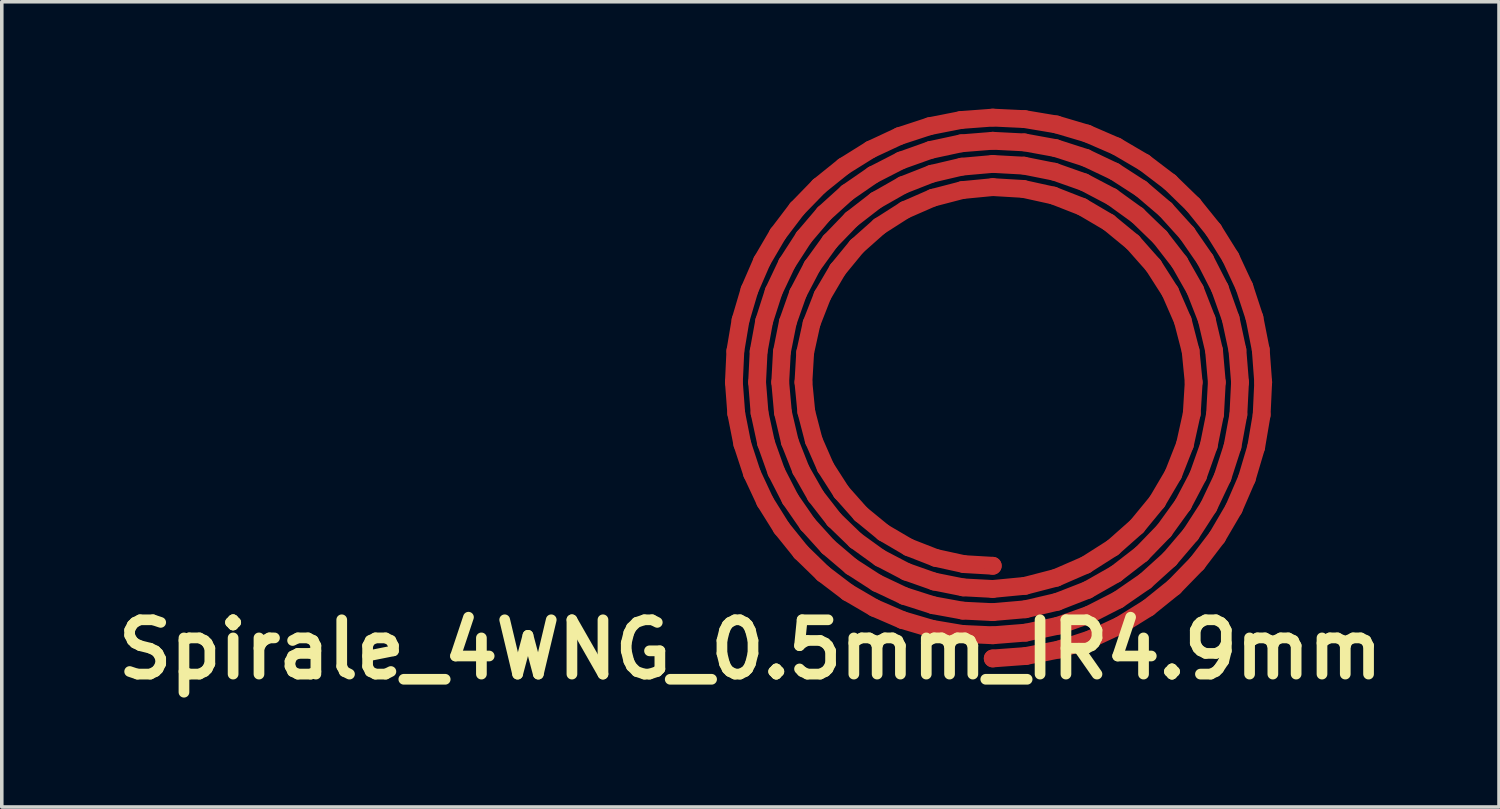
<source format=kicad_pcb>
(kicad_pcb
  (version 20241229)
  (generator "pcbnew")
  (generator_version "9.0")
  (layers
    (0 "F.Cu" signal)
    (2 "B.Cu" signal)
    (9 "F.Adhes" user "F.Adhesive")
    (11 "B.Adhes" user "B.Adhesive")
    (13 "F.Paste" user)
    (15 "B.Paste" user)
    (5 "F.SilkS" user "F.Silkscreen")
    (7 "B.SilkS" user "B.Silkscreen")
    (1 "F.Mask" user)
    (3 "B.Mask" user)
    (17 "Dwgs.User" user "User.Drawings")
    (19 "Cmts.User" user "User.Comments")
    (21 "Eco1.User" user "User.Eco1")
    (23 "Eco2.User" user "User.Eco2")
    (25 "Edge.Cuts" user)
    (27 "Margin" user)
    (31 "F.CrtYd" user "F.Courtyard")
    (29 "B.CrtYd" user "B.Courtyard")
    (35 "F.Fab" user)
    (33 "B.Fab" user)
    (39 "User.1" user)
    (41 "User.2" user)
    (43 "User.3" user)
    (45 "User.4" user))
  (footprint "Spirale_4WNG_0.5mm_IR4.9mm"
    (layer "F.Cu")
    (at 24.805 7.675)
    (property "Reference" "Spirale_4WNG_0.5mm_IR4.9mm" (at -6.8 7.5 0) (layer "F.SilkS") (effects (font (size 1.524 1.524) (thickness 0.3))))
    (attr through_hole)
    (fp_line (start -7.263 0) (end -7.222 -0.877) (stroke (width 0.5) (type solid)) (layer "F.Cu"))
    (fp_line (start -7.222 -0.877) (end -7.076 -1.744) (stroke (width 0.5) (type solid)) (layer "F.Cu"))
    (fp_line (start -7.197 0.874) (end -7.263 0) (stroke (width 0.5) (type solid)) (layer "F.Cu"))
    (fp_line (start -7.076 -1.744) (end -6.826 -2.589) (stroke (width 0.5) (type solid)) (layer "F.Cu"))
    (fp_line (start -7.027 1.732) (end -7.197 0.874) (stroke (width 0.5) (type solid)) (layer "F.Cu"))
    (fp_line (start -6.826 -2.589) (end -6.475 -3.398) (stroke (width 0.5) (type solid)) (layer "F.Cu"))
    (fp_line (start -6.755 2.562) (end -7.027 1.732) (stroke (width 0.5) (type solid)) (layer "F.Cu"))
    (fp_line (start -6.612 0) (end -6.569 -0.865) (stroke (width 0.5) (type solid)) (layer "F.Cu"))
    (fp_line (start -6.569 -0.865) (end -6.413 -1.718) (stroke (width 0.5) (type solid)) (layer "F.Cu"))
    (fp_line (start -6.543 0.861) (end -6.612 0) (stroke (width 0.5) (type solid)) (layer "F.Cu"))
    (fp_line (start -6.475 -3.398) (end -6.028 -4.161) (stroke (width 0.5) (type solid)) (layer "F.Cu"))
    (fp_line (start -6.413 -1.718) (end -6.147 -2.546) (stroke (width 0.5) (type solid)) (layer "F.Cu"))
    (fp_line (start -6.386 3.352) (end -6.755 2.562) (stroke (width 0.5) (type solid)) (layer "F.Cu"))
    (fp_line (start -6.361 1.704) (end -6.543 0.861) (stroke (width 0.5) (type solid)) (layer "F.Cu"))
    (fp_line (start -6.147 -2.546) (end -5.774 -3.333) (stroke (width 0.5) (type solid)) (layer "F.Cu"))
    (fp_line (start -6.072 2.515) (end -6.361 1.704) (stroke (width 0.5) (type solid)) (layer "F.Cu"))
    (fp_line (start -6.028 -4.161) (end -5.492 -4.866) (stroke (width 0.5) (type solid)) (layer "F.Cu"))
    (fp_line (start -5.963 0) (end -5.916 -0.851) (stroke (width 0.5) (type solid)) (layer "F.Cu"))
    (fp_line (start -5.925 4.09) (end -6.386 3.352) (stroke (width 0.5) (type solid)) (layer "F.Cu"))
    (fp_line (start -5.916 -0.851) (end -5.749 -1.688) (stroke (width 0.5) (type solid)) (layer "F.Cu"))
    (fp_line (start -5.887 0.846) (end -5.963 0) (stroke (width 0.5) (type solid)) (layer "F.Cu"))
    (fp_line (start -5.774 -3.333) (end -5.3 -4.067) (stroke (width 0.5) (type solid)) (layer "F.Cu"))
    (fp_line (start -5.749 -1.688) (end -5.464 -2.495) (stroke (width 0.5) (type solid)) (layer "F.Cu"))
    (fp_line (start -5.693 1.672) (end -5.887 0.846) (stroke (width 0.5) (type solid)) (layer "F.Cu"))
    (fp_line (start -5.68 3.279) (end -6.072 2.515) (stroke (width 0.5) (type solid)) (layer "F.Cu"))
    (fp_line (start -5.492 -4.866) (end -4.874 -5.502) (stroke (width 0.5) (type solid)) (layer "F.Cu"))
    (fp_line (start -5.464 -2.495) (end -5.066 -3.256) (stroke (width 0.5) (type solid)) (layer "F.Cu"))
    (fp_line (start -5.383 2.459) (end -5.693 1.672) (stroke (width 0.5) (type solid)) (layer "F.Cu"))
    (fp_line (start -5.38 4.766) (end -5.925 4.09) (stroke (width 0.5) (type solid)) (layer "F.Cu"))
    (fp_line (start -5.312 0) (end -5.263 -0.834) (stroke (width 0.5) (type solid)) (layer "F.Cu"))
    (fp_line (start -5.3 -4.067) (end -4.733 -4.733) (stroke (width 0.5) (type solid)) (layer "F.Cu"))
    (fp_line (start -5.263 -0.834) (end -5.083 -1.652) (stroke (width 0.5) (type solid)) (layer "F.Cu"))
    (fp_line (start -5.231 0.829) (end -5.312 0) (stroke (width 0.5) (type solid)) (layer "F.Cu"))
    (fp_line (start -5.192 3.984) (end -5.68 3.279) (stroke (width 0.5) (type solid)) (layer "F.Cu"))
    (fp_line (start -5.083 -1.652) (end -4.777 -2.434) (stroke (width 0.5) (type solid)) (layer "F.Cu"))
    (fp_line (start -5.066 -3.256) (end -4.562 -3.953) (stroke (width 0.5) (type solid)) (layer "F.Cu"))
    (fp_line (start -5.022 1.632) (end -5.231 0.829) (stroke (width 0.5) (type solid)) (layer "F.Cu"))
    (fp_line (start -4.966 3.192) (end -5.383 2.459) (stroke (width 0.5) (type solid)) (layer "F.Cu"))
    (fp_line (start -4.874 -5.502) (end -4.182 -6.059) (stroke (width 0.5) (type solid)) (layer "F.Cu"))
    (fp_line (start -4.777 -2.434) (end -4.35 -3.161) (stroke (width 0.5) (type solid)) (layer "F.Cu"))
    (fp_line (start -4.758 5.371) (end -5.38 4.766) (stroke (width 0.5) (type solid)) (layer "F.Cu"))
    (fp_line (start -4.733 -4.733) (end -4.083 -5.321) (stroke (width 0.5) (type solid)) (layer "F.Cu"))
    (fp_line (start -4.69 2.39) (end -5.022 1.632) (stroke (width 0.5) (type solid)) (layer "F.Cu"))
    (fp_line (start -4.618 4.618) (end -5.192 3.984) (stroke (width 0.5) (type solid)) (layer "F.Cu"))
    (fp_line (start -4.562 -3.953) (end -3.963 -4.573) (stroke (width 0.5) (type solid)) (layer "F.Cu"))
    (fp_line (start -4.45 3.856) (end -4.966 3.192) (stroke (width 0.5) (type solid)) (layer "F.Cu"))
    (fp_line (start -4.35 -3.161) (end -3.814 -3.814) (stroke (width 0.5) (type solid)) (layer "F.Cu"))
    (fp_line (start -4.245 3.084) (end -4.69 2.39) (stroke (width 0.5) (type solid)) (layer "F.Cu"))
    (fp_line (start -4.182 -6.059) (end -3.427 -6.53) (stroke (width 0.5) (type solid)) (layer "F.Cu"))
    (fp_line (start -4.083 -5.321) (end -3.36 -5.82) (stroke (width 0.5) (type solid)) (layer "F.Cu"))
    (fp_line (start -4.069 5.895) (end -4.758 5.371) (stroke (width 0.5) (type solid)) (layer "F.Cu"))
    (fp_line (start -3.968 5.171) (end -4.618 4.618) (stroke (width 0.5) (type solid)) (layer "F.Cu"))
    (fp_line (start -3.963 -4.573) (end -3.279 -5.103) (stroke (width 0.5) (type solid)) (layer "F.Cu"))
    (fp_line (start -3.847 4.439) (end -4.45 3.856) (stroke (width 0.5) (type solid)) (layer "F.Cu"))
    (fp_line (start -3.814 -3.814) (end -3.18 -4.377) (stroke (width 0.5) (type solid)) (layer "F.Cu"))
    (fp_line (start -3.699 3.699) (end -4.245 3.084) (stroke (width 0.5) (type solid)) (layer "F.Cu"))
    (fp_line (start -3.427 -6.53) (end -2.62 -6.907) (stroke (width 0.5) (type solid)) (layer "F.Cu"))
    (fp_line (start -3.36 -5.82) (end -2.577 -6.222) (stroke (width 0.5) (type solid)) (layer "F.Cu"))
    (fp_line (start -3.323 6.331) (end -4.069 5.895) (stroke (width 0.5) (type solid)) (layer "F.Cu"))
    (fp_line (start -3.279 -5.103) (end -2.526 -5.531) (stroke (width 0.5) (type solid)) (layer "F.Cu"))
    (fp_line (start -3.252 5.633) (end -3.968 5.171) (stroke (width 0.5) (type solid)) (layer "F.Cu"))
    (fp_line (start -3.18 -4.377) (end -2.463 -4.835) (stroke (width 0.5) (type solid)) (layer "F.Cu"))
    (fp_line (start -3.168 4.929) (end -3.847 4.439) (stroke (width 0.5) (type solid)) (layer "F.Cu"))
    (fp_line (start -3.065 4.219) (end -3.699 3.699) (stroke (width 0.5) (type solid)) (layer "F.Cu"))
    (fp_line (start -2.62 -6.907) (end -1.771 -7.185) (stroke (width 0.5) (type solid)) (layer "F.Cu"))
    (fp_line (start -2.577 -6.222) (end -1.746 -6.518) (stroke (width 0.5) (type solid)) (layer "F.Cu"))
    (fp_line (start -2.531 6.674) (end -3.323 6.331) (stroke (width 0.5) (type solid)) (layer "F.Cu"))
    (fp_line (start -2.526 -5.531) (end -1.717 -5.849) (stroke (width 0.5) (type solid)) (layer "F.Cu"))
    (fp_line (start -2.484 5.997) (end -3.252 5.633) (stroke (width 0.5) (type solid)) (layer "F.Cu"))
    (fp_line (start -2.463 -4.835) (end -1.682 -5.176) (stroke (width 0.5) (type solid)) (layer "F.Cu"))
    (fp_line (start -2.428 5.316) (end -3.168 4.929) (stroke (width 0.5) (type solid)) (layer "F.Cu"))
    (fp_line (start -2.36 4.632) (end -3.065 4.219) (stroke (width 0.5) (type solid)) (layer "F.Cu"))
    (fp_line (start -1.771 -7.185) (end -0.893 -7.358) (stroke (width 0.5) (type solid)) (layer "F.Cu"))
    (fp_line (start -1.746 -6.518) (end -0.883 -6.704) (stroke (width 0.5) (type solid)) (layer "F.Cu"))
    (fp_line (start -1.717 -5.849) (end -0.87 -6.048) (stroke (width 0.5) (type solid)) (layer "F.Cu"))
    (fp_line (start -1.705 6.918) (end -2.531 6.674) (stroke (width 0.5) (type solid)) (layer "F.Cu"))
    (fp_line (start -1.682 -5.176) (end -0.854 -5.392) (stroke (width 0.5) (type solid)) (layer "F.Cu"))
    (fp_line (start -1.676 6.256) (end -2.484 5.997) (stroke (width 0.5) (type solid)) (layer "F.Cu"))
    (fp_line (start -1.642 5.593) (end -2.428 5.316) (stroke (width 0.5) (type solid)) (layer "F.Cu"))
    (fp_line (start -1.601 4.929) (end -2.36 4.632) (stroke (width 0.5) (type solid)) (layer "F.Cu"))
    (fp_line (start -0.893 -7.358) (end 0 -7.425) (stroke (width 0.5) (type solid)) (layer "F.Cu"))
    (fp_line (start -0.883 -6.704) (end 0 -6.775) (stroke (width 0.5) (type solid)) (layer "F.Cu"))
    (fp_line (start -0.87 -6.048) (end 0 -6.125) (stroke (width 0.5) (type solid)) (layer "F.Cu"))
    (fp_line (start -0.857 7.061) (end -1.705 6.918) (stroke (width 0.5) (type solid)) (layer "F.Cu"))
    (fp_line (start -0.854 -5.392) (end 0 -5.475) (stroke (width 0.5) (type solid)) (layer "F.Cu"))
    (fp_line (start -0.844 6.408) (end -1.676 6.256) (stroke (width 0.5) (type solid)) (layer "F.Cu"))
    (fp_line (start -0.828 5.756) (end -1.642 5.593) (stroke (width 0.5) (type solid)) (layer "F.Cu"))
    (fp_line (start -0.808 5.103) (end -1.601 4.929) (stroke (width 0.5) (type solid)) (layer "F.Cu"))
    (fp_line (start 0 -7.425) (end 0.896 -7.383) (stroke (width 0.5) (type solid)) (layer "F.Cu"))
    (fp_line (start 0 -6.775) (end 0.886 -6.73) (stroke (width 0.5) (type solid)) (layer "F.Cu"))
    (fp_line (start 0 -6.125) (end 0.874 -6.077) (stroke (width 0.5) (type solid)) (layer "F.Cu"))
    (fp_line (start 0 -5.475) (end 0.859 -5.424) (stroke (width 0.5) (type solid)) (layer "F.Cu"))
    (fp_line (start 0 5.15) (end -0.808 5.103) (stroke (width 0.5) (type solid)) (layer "F.Cu"))
    (fp_line (start 0 5.8) (end -0.828 5.756) (stroke (width 0.5) (type solid)) (layer "F.Cu"))
    (fp_line (start 0 6.45) (end -0.844 6.408) (stroke (width 0.5) (type solid)) (layer "F.Cu"))
    (fp_line (start 0 7.1) (end -0.857 7.061) (stroke (width 0.5) (type solid)) (layer "F.Cu"))
    (fp_line (start 0.859 -5.424) (end 1.702 -5.238) (stroke (width 0.5) (type solid)) (layer "F.Cu"))
    (fp_line (start 0.874 -6.077) (end 1.734 -5.905) (stroke (width 0.5) (type solid)) (layer "F.Cu"))
    (fp_line (start 0.886 -6.73) (end 1.761 -6.57) (stroke (width 0.5) (type solid)) (layer "F.Cu"))
    (fp_line (start 0.896 -7.383) (end 1.783 -7.234) (stroke (width 0.5) (type solid)) (layer "F.Cu"))
    (fp_line (start 0.905 5.713) (end 0 5.8) (stroke (width 0.5) (type solid)) (layer "F.Cu"))
    (fp_line (start 0.916 6.37) (end 0 6.45) (stroke (width 0.5) (type solid)) (layer "F.Cu"))
    (fp_line (start 0.925 7.026) (end 0 7.1) (stroke (width 0.5) (type solid)) (layer "F.Cu"))
    (fp_line (start 0.933 7.681) (end 0 7.75) (stroke (width 0.5) (type solid)) (layer "F.Cu"))
    (fp_line (start 1.702 -5.238) (end 2.508 -4.922) (stroke (width 0.5) (type solid)) (layer "F.Cu"))
    (fp_line (start 1.734 -5.905) (end 2.563 -5.612) (stroke (width 0.5) (type solid)) (layer "F.Cu"))
    (fp_line (start 1.761 -6.57) (end 2.608 -6.297) (stroke (width 0.5) (type solid)) (layer "F.Cu"))
    (fp_line (start 1.782 5.485) (end 0.905 5.713) (stroke (width 0.5) (type solid)) (layer "F.Cu"))
    (fp_line (start 1.783 -7.234) (end 2.646 -6.978) (stroke (width 0.5) (type solid)) (layer "F.Cu"))
    (fp_line (start 1.809 6.16) (end 0.916 6.37) (stroke (width 0.5) (type solid)) (layer "F.Cu"))
    (fp_line (start 1.831 6.832) (end 0.925 7.026) (stroke (width 0.5) (type solid)) (layer "F.Cu"))
    (fp_line (start 1.849 7.501) (end 0.933 7.681) (stroke (width 0.5) (type solid)) (layer "F.Cu"))
    (fp_line (start 2.508 -4.922) (end 3.256 -4.482) (stroke (width 0.5) (type solid)) (layer "F.Cu"))
    (fp_line (start 2.563 -5.612) (end 3.343 -5.202) (stroke (width 0.5) (type solid)) (layer "F.Cu"))
    (fp_line (start 2.608 -6.297) (end 3.415 -5.914) (stroke (width 0.5) (type solid)) (layer "F.Cu"))
    (fp_line (start 2.611 5.124) (end 1.782 5.485) (stroke (width 0.5) (type solid)) (layer "F.Cu"))
    (fp_line (start 2.646 -6.978) (end 3.474 -6.619) (stroke (width 0.5) (type solid)) (layer "F.Cu"))
    (fp_line (start 2.661 5.827) (end 1.809 6.16) (stroke (width 0.5) (type solid)) (layer "F.Cu"))
    (fp_line (start 2.702 6.522) (end 1.831 6.832) (stroke (width 0.5) (type solid)) (layer "F.Cu"))
    (fp_line (start 2.735 7.211) (end 1.849 7.501) (stroke (width 0.5) (type solid)) (layer "F.Cu"))
    (fp_line (start 3.256 -4.482) (end 3.929 -3.929) (stroke (width 0.5) (type solid)) (layer "F.Cu"))
    (fp_line (start 3.343 -5.202) (end 4.059 -4.685) (stroke (width 0.5) (type solid)) (layer "F.Cu"))
    (fp_line (start 3.371 4.64) (end 2.611 5.124) (stroke (width 0.5) (type solid)) (layer "F.Cu"))
    (fp_line (start 3.415 -5.914) (end 4.166 -5.429) (stroke (width 0.5) (type solid)) (layer "F.Cu"))
    (fp_line (start 3.455 5.376) (end 2.661 5.827) (stroke (width 0.5) (type solid)) (layer "F.Cu"))
    (fp_line (start 3.474 -6.619) (end 4.253 -6.162) (stroke (width 0.5) (type solid)) (layer "F.Cu"))
    (fp_line (start 3.523 6.102) (end 2.702 6.522) (stroke (width 0.5) (type solid)) (layer "F.Cu"))
    (fp_line (start 3.578 6.818) (end 2.735 7.211) (stroke (width 0.5) (type solid)) (layer "F.Cu"))
    (fp_line (start 3.929 -3.929) (end 4.508 -3.275) (stroke (width 0.5) (type solid)) (layer "F.Cu"))
    (fp_line (start 4.044 4.044) (end 3.371 4.64) (stroke (width 0.5) (type solid)) (layer "F.Cu"))
    (fp_line (start 4.059 -4.685) (end 4.696 -4.069) (stroke (width 0.5) (type solid)) (layer "F.Cu"))
    (fp_line (start 4.166 -5.429) (end 4.848 -4.848) (stroke (width 0.5) (type solid)) (layer "F.Cu"))
    (fp_line (start 4.175 4.819) (end 3.455 5.376) (stroke (width 0.5) (type solid)) (layer "F.Cu"))
    (fp_line (start 4.253 -6.162) (end 4.973 -5.614) (stroke (width 0.5) (type solid)) (layer "F.Cu"))
    (fp_line (start 4.281 5.579) (end 3.523 6.102) (stroke (width 0.5) (type solid)) (layer "F.Cu"))
    (fp_line (start 4.367 6.327) (end 3.578 6.818) (stroke (width 0.5) (type solid)) (layer "F.Cu"))
    (fp_line (start 4.508 -3.275) (end 4.98 -2.537) (stroke (width 0.5) (type solid)) (layer "F.Cu"))
    (fp_line (start 4.613 3.352) (end 4.044 4.044) (stroke (width 0.5) (type solid)) (layer "F.Cu"))
    (fp_line (start 4.696 -4.069) (end 5.24 -3.367) (stroke (width 0.5) (type solid)) (layer "F.Cu"))
    (fp_line (start 4.808 4.166) (end 4.175 4.819) (stroke (width 0.5) (type solid)) (layer "F.Cu"))
    (fp_line (start 4.848 -4.848) (end 5.45 -4.182) (stroke (width 0.5) (type solid)) (layer "F.Cu"))
    (fp_line (start 4.963 4.963) (end 4.281 5.579) (stroke (width 0.5) (type solid)) (layer "F.Cu"))
    (fp_line (start 4.973 -5.614) (end 5.623 -4.982) (stroke (width 0.5) (type solid)) (layer "F.Cu"))
    (fp_line (start 4.98 -2.537) (end 5.331 -1.732) (stroke (width 0.5) (type solid)) (layer "F.Cu"))
    (fp_line (start 5.066 2.582) (end 4.613 3.352) (stroke (width 0.5) (type solid)) (layer "F.Cu"))
    (fp_line (start 5.089 5.745) (end 4.367 6.327) (stroke (width 0.5) (type solid)) (layer "F.Cu"))
    (fp_line (start 5.24 -3.367) (end 5.679 -2.594) (stroke (width 0.5) (type solid)) (layer "F.Cu"))
    (fp_line (start 5.331 -1.732) (end 5.552 -0.879) (stroke (width 0.5) (type solid)) (layer "F.Cu"))
    (fp_line (start 5.339 3.431) (end 4.808 4.166) (stroke (width 0.5) (type solid)) (layer "F.Cu"))
    (fp_line (start 5.392 1.752) (end 5.066 2.582) (stroke (width 0.5) (type solid)) (layer "F.Cu"))
    (fp_line (start 5.45 -4.182) (end 5.961 -3.442) (stroke (width 0.5) (type solid)) (layer "F.Cu"))
    (fp_line (start 5.552 -0.879) (end 5.638 0) (stroke (width 0.5) (type solid)) (layer "F.Cu"))
    (fp_line (start 5.558 4.265) (end 4.963 4.963) (stroke (width 0.5) (type solid)) (layer "F.Cu"))
    (fp_line (start 5.584 0.884) (end 5.392 1.752) (stroke (width 0.5) (type solid)) (layer "F.Cu"))
    (fp_line (start 5.623 -4.982) (end 6.193 -4.275) (stroke (width 0.5) (type solid)) (layer "F.Cu"))
    (fp_line (start 5.638 0) (end 5.584 0.884) (stroke (width 0.5) (type solid)) (layer "F.Cu"))
    (fp_line (start 5.679 -2.594) (end 6.004 -1.763) (stroke (width 0.5) (type solid)) (layer "F.Cu"))
    (fp_line (start 5.735 5.081) (end 5.089 5.745) (stroke (width 0.5) (type solid)) (layer "F.Cu"))
    (fp_line (start 5.76 2.63) (end 5.339 3.431) (stroke (width 0.5) (type solid)) (layer "F.Cu"))
    (fp_line (start 5.961 -3.442) (end 6.372 -2.639) (stroke (width 0.5) (type solid)) (layer "F.Cu"))
    (fp_line (start 6.004 -1.763) (end 6.209 -0.893) (stroke (width 0.5) (type solid)) (layer "F.Cu"))
    (fp_line (start 6.055 3.496) (end 5.558 4.265) (stroke (width 0.5) (type solid)) (layer "F.Cu"))
    (fp_line (start 6.061 1.78) (end 5.76 2.63) (stroke (width 0.5) (type solid)) (layer "F.Cu"))
    (fp_line (start 6.193 -4.275) (end 6.674 -3.503) (stroke (width 0.5) (type solid)) (layer "F.Cu"))
    (fp_line (start 6.209 -0.893) (end 6.287 0) (stroke (width 0.5) (type solid)) (layer "F.Cu"))
    (fp_line (start 6.238 0.897) (end 6.061 1.78) (stroke (width 0.5) (type solid)) (layer "F.Cu"))
    (fp_line (start 6.287 0) (end 6.238 0.897) (stroke (width 0.5) (type solid)) (layer "F.Cu"))
    (fp_line (start 6.296 4.346) (end 5.735 5.081) (stroke (width 0.5) (type solid)) (layer "F.Cu"))
    (fp_line (start 6.372 -2.639) (end 6.675 -1.789) (stroke (width 0.5) (type solid)) (layer "F.Cu"))
    (fp_line (start 6.447 2.67) (end 6.055 3.496) (stroke (width 0.5) (type solid)) (layer "F.Cu"))
    (fp_line (start 6.674 -3.503) (end 7.059 -2.677) (stroke (width 0.5) (type solid)) (layer "F.Cu"))
    (fp_line (start 6.675 -1.789) (end 6.865 -0.904) (stroke (width 0.5) (type solid)) (layer "F.Cu"))
    (fp_line (start 6.727 1.803) (end 6.447 2.67) (stroke (width 0.5) (type solid)) (layer "F.Cu"))
    (fp_line (start 6.763 3.549) (end 6.296 4.346) (stroke (width 0.5) (type solid)) (layer "F.Cu"))
    (fp_line (start 6.865 -0.904) (end 6.938 0) (stroke (width 0.5) (type solid)) (layer "F.Cu"))
    (fp_line (start 6.892 0.907) (end 6.727 1.803) (stroke (width 0.5) (type solid)) (layer "F.Cu"))
    (fp_line (start 6.938 0) (end 6.892 0.907) (stroke (width 0.5) (type solid)) (layer "F.Cu"))
    (fp_line (start 7.059 -2.677) (end 7.343 -1.81) (stroke (width 0.5) (type solid)) (layer "F.Cu"))
    (fp_line (start 7.129 2.704) (end 6.763 3.549) (stroke (width 0.5) (type solid)) (layer "F.Cu"))
    (fp_line (start 7.343 -1.81) (end 7.52 -0.913) (stroke (width 0.5) (type solid)) (layer "F.Cu"))
    (fp_line (start 7.391 1.822) (end 7.129 2.704) (stroke (width 0.5) (type solid)) (layer "F.Cu"))
    (fp_line (start 7.52 -0.913) (end 7.588 0) (stroke (width 0.5) (type solid)) (layer "F.Cu"))
    (fp_line (start 7.545 0.916) (end 7.391 1.822) (stroke (width 0.5) (type solid)) (layer "F.Cu"))
    (fp_line (start 7.588 0) (end 7.545 0.916) (stroke (width 0.5) (type solid)) (layer "F.Cu"))
    (pad "1" smd circle (at 0 5.15) (size 0.5 0.5) (layers "F.Cu" "F.Mask" "F.Paste"))
    (pad "2" smd circle (at 0 7.75) (size 0.5 0.5) (layers "F.Cu" "F.Mask" "F.Paste")))
  (gr_rect
    (start -3 -3)
    (end 39.01 19.593)
    (stroke (width 0.1) (type default))
    (fill no)
    (layer "Edge.Cuts")))
</source>
